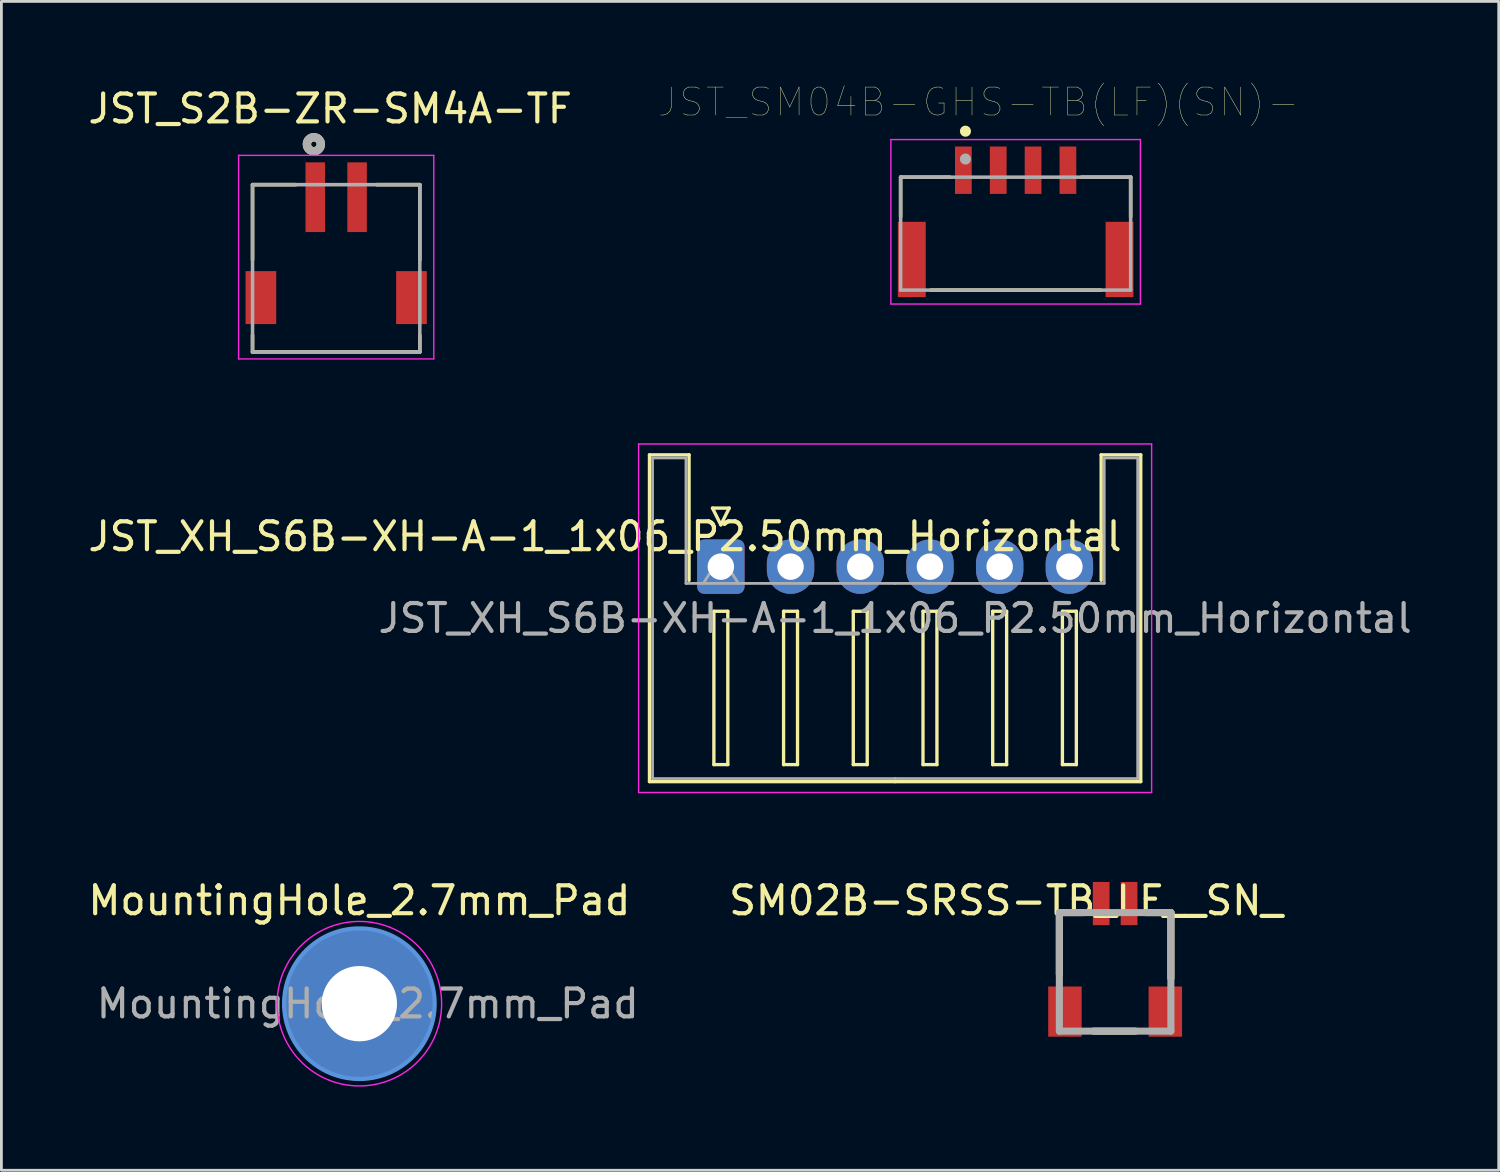
<source format=kicad_pcb>
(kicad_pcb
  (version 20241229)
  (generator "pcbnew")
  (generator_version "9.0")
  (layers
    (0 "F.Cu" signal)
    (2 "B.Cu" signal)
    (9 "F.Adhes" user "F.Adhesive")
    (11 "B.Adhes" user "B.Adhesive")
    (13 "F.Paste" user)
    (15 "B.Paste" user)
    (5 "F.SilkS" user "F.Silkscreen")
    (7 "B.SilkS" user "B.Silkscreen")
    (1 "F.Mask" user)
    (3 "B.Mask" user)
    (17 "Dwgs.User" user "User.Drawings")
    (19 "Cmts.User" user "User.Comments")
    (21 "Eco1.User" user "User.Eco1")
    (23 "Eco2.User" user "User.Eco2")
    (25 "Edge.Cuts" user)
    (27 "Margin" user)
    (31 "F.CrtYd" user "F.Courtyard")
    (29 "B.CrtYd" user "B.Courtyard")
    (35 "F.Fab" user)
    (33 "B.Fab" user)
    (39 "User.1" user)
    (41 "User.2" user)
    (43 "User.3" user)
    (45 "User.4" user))
  (footprint "MountingHole_2.7mm_Pad"
    (layer "F.Cu")
    (at 9.839 32.947)
    (property "Reference" "MountingHole_2.7mm_Pad" (at 0 -3.7 0) (layer "F.SilkS") (effects (font (size 1 1) (thickness 0.15))))
    (attr exclude_from_pos_files exclude_from_bom)
    (fp_circle (center 0 0) (end 2.7 0) (stroke (width 0.15) (type solid)) (fill no) (layer "Cmts.User"))
    (fp_circle (center 0 0) (end 2.95 0) (stroke (width 0.05) (type solid)) (fill no) (layer "F.CrtYd"))
    (fp_text user "${REFERENCE}" (at 0.3 0 0) (layer "F.Fab") (effects (font (size 1 1) (thickness 0.15))))
    (pad "1" thru_hole circle (at 0 0) (size 5.5 5.5) (drill 2.7) (layers "*.Cu" "*.Mask")))
  (footprint "JST_SM04B-GHS-TB(LF)(SN)-"
    (layer "F.Cu")
    (at 33.376 5.33)
    (property "Reference" "JST_SM04B-GHS-TB(LF)(SN)-" (at -1.327 -4.718 0) (layer "F.SilkS") (effects (font (size 1.002 1.002) (thickness 0.015))))
    (attr through_hole)
    (fp_line (start -4.125 -2.025) (end -2.36 -2.025) (stroke (width 0.127) (type solid)) (layer "F.SilkS"))
    (fp_line (start -4.125 -0.605) (end -4.125 -2.025) (stroke (width 0.127) (type solid)) (layer "F.SilkS"))
    (fp_line (start -3.04 2.025) (end 3.05 2.025) (stroke (width 0.127) (type solid)) (layer "F.SilkS"))
    (fp_line (start 4.125 -2.025) (end 2.36 -2.025) (stroke (width 0.127) (type solid)) (layer "F.SilkS"))
    (fp_line (start 4.125 -0.595) (end 4.125 -2.025) (stroke (width 0.127) (type solid)) (layer "F.SilkS"))
    (fp_circle (center -1.8 -3.675) (end -1.7 -3.675) (stroke (width 0.2) (type solid)) (fill no) (layer "F.SilkS"))
    (fp_line (start -4.475 -3.375) (end 4.475 -3.375) (stroke (width 0.05) (type solid)) (layer "F.CrtYd"))
    (fp_line (start -4.475 2.525) (end -4.475 -3.375) (stroke (width 0.05) (type solid)) (layer "F.CrtYd"))
    (fp_line (start 4.475 -3.375) (end 4.475 2.525) (stroke (width 0.05) (type solid)) (layer "F.CrtYd"))
    (fp_line (start 4.475 2.525) (end -4.475 2.525) (stroke (width 0.05) (type solid)) (layer "F.CrtYd"))
    (fp_line (start -4.125 -2.025) (end 4.125 -2.025) (stroke (width 0.127) (type solid)) (layer "F.Fab"))
    (fp_line (start -4.125 2.025) (end -4.125 -2.025) (stroke (width 0.127) (type solid)) (layer "F.Fab"))
    (fp_line (start 4.125 -2.025) (end 4.125 2.025) (stroke (width 0.127) (type solid)) (layer "F.Fab"))
    (fp_line (start 4.125 2.025) (end -4.125 2.025) (stroke (width 0.127) (type solid)) (layer "F.Fab"))
    (fp_circle (center -1.8 -2.675) (end -1.7 -2.675) (stroke (width 0.2) (type solid)) (fill no) (layer "F.Fab"))
    (pad "1" smd rect (at -1.875 -2.275) (size 0.6 1.7) (layers "F.Cu" "F.Mask" "F.Paste"))
    (pad "2" smd rect (at -0.625 -2.275) (size 0.6 1.7) (layers "F.Cu" "F.Mask" "F.Paste"))
    (pad "3" smd rect (at 0.625 -2.275) (size 0.6 1.7) (layers "F.Cu" "F.Mask" "F.Paste"))
    (pad "4" smd rect (at 1.875 -2.275) (size 0.6 1.7) (layers "F.Cu" "F.Mask" "F.Paste"))
    (pad "SH1" smd rect (at -3.725 0.925) (size 1 2.7) (layers "F.Cu" "F.Mask" "F.Paste"))
    (pad "SH2" smd rect (at 3.725 0.925) (size 1 2.7) (layers "F.Cu" "F.Mask" "F.Paste")))
  (footprint "JST_S2B-ZR-SM4A-TF"
    (layer "F.Cu")
    (at 9.007 6.173)
    (property "Reference" "JST_S2B-ZR-SM4A-TF" (at -0.215 -5.325 0) (layer "F.SilkS") (effects (font (size 1 1) (thickness 0.15))))
    (attr smd)
    (fp_line (start -3 -2.6) (end -3 0.1) (stroke (width 0.127) (type solid)) (layer "F.SilkS"))
    (fp_line (start -3 2.8) (end -3 3.4) (stroke (width 0.127) (type solid)) (layer "F.SilkS"))
    (fp_line (start -3 3.4) (end 3 3.4) (stroke (width 0.127) (type solid)) (layer "F.SilkS"))
    (fp_line (start -1.45 -2.6) (end -3 -2.6) (stroke (width 0.127) (type solid)) (layer "F.SilkS"))
    (fp_line (start 1.45 -2.6) (end 3 -2.6) (stroke (width 0.127) (type solid)) (layer "F.SilkS"))
    (fp_line (start 3 -2.6) (end 3 0.1) (stroke (width 0.127) (type solid)) (layer "F.SilkS"))
    (fp_line (start 3 3.4) (end 3 2.8) (stroke (width 0.127) (type solid)) (layer "F.SilkS"))
    (fp_circle (center -0.8 -4.05) (end -0.7 -4.05) (stroke (width 0.3) (type solid)) (fill no) (layer "F.SilkS"))
    (fp_line (start -3.5 -3.65) (end 3.5 -3.65) (stroke (width 0.05) (type solid)) (layer "F.CrtYd"))
    (fp_line (start -3.5 3.65) (end -3.5 -3.65) (stroke (width 0.05) (type solid)) (layer "F.CrtYd"))
    (fp_line (start 3.5 -3.65) (end 3.5 3.65) (stroke (width 0.05) (type solid)) (layer "F.CrtYd"))
    (fp_line (start 3.5 3.65) (end -3.5 3.65) (stroke (width 0.05) (type solid)) (layer "F.CrtYd"))
    (fp_line (start -3 -2.6) (end 3 -2.6) (stroke (width 0.127) (type solid)) (layer "F.Fab"))
    (fp_line (start -3 3.4) (end -3 -2.6) (stroke (width 0.127) (type solid)) (layer "F.Fab"))
    (fp_line (start 3 -2.6) (end 3 3.4) (stroke (width 0.127) (type solid)) (layer "F.Fab"))
    (fp_line (start 3 3.4) (end -3 3.4) (stroke (width 0.127) (type solid)) (layer "F.Fab"))
    (fp_circle (center -0.8 -4.05) (end -0.7 -4.05) (stroke (width 0.3) (type solid)) (fill no) (layer "F.Fab"))
    (pad "1" smd rect (at -0.75 -2.15 180) (size 0.7 2.5) (layers "F.Cu" "F.Mask" "F.Paste"))
    (pad "2" smd rect (at 0.75 -2.15 180) (size 0.7 2.5) (layers "F.Cu" "F.Mask" "F.Paste"))
    (pad "S1" smd rect (at -2.7 1.45 180) (size 1.1 1.9) (layers "F.Cu" "F.Mask" "F.Paste"))
    (pad "S2" smd rect (at 2.7 1.45 180) (size 1.1 1.9) (layers "F.Cu" "F.Mask" "F.Paste")))
  (footprint "JST_XH_S6B-XH-A-1_1x06_P2.50mm_Horizontal"
    (layer "F.Cu")
    (at 22.803 17.273)
    (property "Reference" "JST_XH_S6B-XH-A-1_1x06_P2.50mm_Horizontal" (at -4.154 -1.082 0) (layer "F.SilkS") (effects (font (size 1 1) (thickness 0.15))))
    (attr through_hole)
    (fp_line (start -2.56 -4.01) (end -1.14 -4.01) (stroke (width 0.12) (type solid)) (layer "F.SilkS"))
    (fp_line (start -2.56 7.71) (end -2.56 -4.01) (stroke (width 0.12) (type solid)) (layer "F.SilkS"))
    (fp_line (start -1.14 -4.01) (end -1.14 0.49) (stroke (width 0.12) (type solid)) (layer "F.SilkS"))
    (fp_line (start -0.3 -2.1) (end 0.3 -2.1) (stroke (width 0.12) (type solid)) (layer "F.SilkS"))
    (fp_line (start -0.25 1.6) (end -0.25 7.1) (stroke (width 0.12) (type solid)) (layer "F.SilkS"))
    (fp_line (start -0.25 7.1) (end 0.25 7.1) (stroke (width 0.12) (type solid)) (layer "F.SilkS"))
    (fp_line (start 0 -1.5) (end -0.3 -2.1) (stroke (width 0.12) (type solid)) (layer "F.SilkS"))
    (fp_line (start 0.25 1.6) (end -0.25 1.6) (stroke (width 0.12) (type solid)) (layer "F.SilkS"))
    (fp_line (start 0.25 7.1) (end 0.25 1.6) (stroke (width 0.12) (type solid)) (layer "F.SilkS"))
    (fp_line (start 0.3 -2.1) (end 0 -1.5) (stroke (width 0.12) (type solid)) (layer "F.SilkS"))
    (fp_line (start 2.25 1.6) (end 2.25 7.1) (stroke (width 0.12) (type solid)) (layer "F.SilkS"))
    (fp_line (start 2.25 7.1) (end 2.75 7.1) (stroke (width 0.12) (type solid)) (layer "F.SilkS"))
    (fp_line (start 2.75 1.6) (end 2.25 1.6) (stroke (width 0.12) (type solid)) (layer "F.SilkS"))
    (fp_line (start 2.75 7.1) (end 2.75 1.6) (stroke (width 0.12) (type solid)) (layer "F.SilkS"))
    (fp_line (start 4.75 1.6) (end 4.75 7.1) (stroke (width 0.12) (type solid)) (layer "F.SilkS"))
    (fp_line (start 4.75 7.1) (end 5.25 7.1) (stroke (width 0.12) (type solid)) (layer "F.SilkS"))
    (fp_line (start 5.25 1.6) (end 4.75 1.6) (stroke (width 0.12) (type solid)) (layer "F.SilkS"))
    (fp_line (start 5.25 7.1) (end 5.25 1.6) (stroke (width 0.12) (type solid)) (layer "F.SilkS"))
    (fp_line (start 6.25 7.71) (end -2.56 7.71) (stroke (width 0.12) (type solid)) (layer "F.SilkS"))
    (fp_line (start 6.25 7.71) (end 15.06 7.71) (stroke (width 0.12) (type solid)) (layer "F.SilkS"))
    (fp_line (start 7.25 1.6) (end 7.25 7.1) (stroke (width 0.12) (type solid)) (layer "F.SilkS"))
    (fp_line (start 7.25 7.1) (end 7.75 7.1) (stroke (width 0.12) (type solid)) (layer "F.SilkS"))
    (fp_line (start 7.75 1.6) (end 7.25 1.6) (stroke (width 0.12) (type solid)) (layer "F.SilkS"))
    (fp_line (start 7.75 7.1) (end 7.75 1.6) (stroke (width 0.12) (type solid)) (layer "F.SilkS"))
    (fp_line (start 9.75 1.6) (end 9.75 7.1) (stroke (width 0.12) (type solid)) (layer "F.SilkS"))
    (fp_line (start 9.75 7.1) (end 10.25 7.1) (stroke (width 0.12) (type solid)) (layer "F.SilkS"))
    (fp_line (start 10.25 1.6) (end 9.75 1.6) (stroke (width 0.12) (type solid)) (layer "F.SilkS"))
    (fp_line (start 10.25 7.1) (end 10.25 1.6) (stroke (width 0.12) (type solid)) (layer "F.SilkS"))
    (fp_line (start 12.25 1.6) (end 12.25 7.1) (stroke (width 0.12) (type solid)) (layer "F.SilkS"))
    (fp_line (start 12.25 7.1) (end 12.75 7.1) (stroke (width 0.12) (type solid)) (layer "F.SilkS"))
    (fp_line (start 12.75 1.6) (end 12.25 1.6) (stroke (width 0.12) (type solid)) (layer "F.SilkS"))
    (fp_line (start 12.75 7.1) (end 12.75 1.6) (stroke (width 0.12) (type solid)) (layer "F.SilkS"))
    (fp_line (start 13.64 -4.01) (end 13.64 0.49) (stroke (width 0.12) (type solid)) (layer "F.SilkS"))
    (fp_line (start 15.06 -4.01) (end 13.64 -4.01) (stroke (width 0.12) (type solid)) (layer "F.SilkS"))
    (fp_line (start 15.06 7.71) (end 15.06 -4.01) (stroke (width 0.12) (type solid)) (layer "F.SilkS"))
    (fp_line (start -2.95 -4.4) (end -2.95 8.1) (stroke (width 0.05) (type solid)) (layer "F.CrtYd"))
    (fp_line (start -2.95 8.1) (end 15.45 8.1) (stroke (width 0.05) (type solid)) (layer "F.CrtYd"))
    (fp_line (start 15.45 -4.4) (end -2.95 -4.4) (stroke (width 0.05) (type solid)) (layer "F.CrtYd"))
    (fp_line (start 15.45 8.1) (end 15.45 -4.4) (stroke (width 0.05) (type solid)) (layer "F.CrtYd"))
    (fp_line (start -2.45 -3.9) (end -1.25 -3.9) (stroke (width 0.1) (type solid)) (layer "F.Fab"))
    (fp_line (start -2.45 7.6) (end -2.45 -3.9) (stroke (width 0.1) (type solid)) (layer "F.Fab"))
    (fp_line (start -1.25 -3.9) (end -1.25 0.6) (stroke (width 0.1) (type solid)) (layer "F.Fab"))
    (fp_line (start -1.25 0.6) (end 6.25 0.6) (stroke (width 0.1) (type solid)) (layer "F.Fab"))
    (fp_line (start -0.625 0.6) (end 0 -0.4) (stroke (width 0.1) (type solid)) (layer "F.Fab"))
    (fp_line (start 0 -0.4) (end 0.625 0.6) (stroke (width 0.1) (type solid)) (layer "F.Fab"))
    (fp_line (start 6.25 7.6) (end -2.45 7.6) (stroke (width 0.1) (type solid)) (layer "F.Fab"))
    (fp_line (start 6.25 7.6) (end 14.95 7.6) (stroke (width 0.1) (type solid)) (layer "F.Fab"))
    (fp_line (start 13.75 -3.9) (end 13.75 0.6) (stroke (width 0.1) (type solid)) (layer "F.Fab"))
    (fp_line (start 13.75 0.6) (end 6.25 0.6) (stroke (width 0.1) (type solid)) (layer "F.Fab"))
    (fp_line (start 14.95 -3.9) (end 13.75 -3.9) (stroke (width 0.1) (type solid)) (layer "F.Fab"))
    (fp_line (start 14.95 7.6) (end 14.95 -3.9) (stroke (width 0.1) (type solid)) (layer "F.Fab"))
    (fp_text user "${REFERENCE}" (at 6.25 1.85 0) (layer "F.Fab") (effects (font (size 1 1) (thickness 0.15))))
    (pad "1" thru_hole roundrect (at 0 0) (size 1.7 1.95) (drill 0.95) (layers "*.Cu" "*.Mask") (roundrect_rratio 0.147))
    (pad "2" thru_hole oval (at 2.5 0) (size 1.7 1.95) (drill 0.95) (layers "*.Cu" "*.Mask"))
    (pad "3" thru_hole oval (at 5 0) (size 1.7 1.95) (drill 0.95) (layers "*.Cu" "*.Mask"))
    (pad "4" thru_hole oval (at 7.5 0) (size 1.7 1.95) (drill 0.95) (layers "*.Cu" "*.Mask"))
    (pad "5" thru_hole oval (at 10 0) (size 1.7 1.95) (drill 0.95) (layers "*.Cu" "*.Mask"))
    (pad "6" thru_hole oval (at 12.5 0) (size 1.7 1.95) (drill 0.95) (layers "*.Cu" "*.Mask")))
  (footprint "SM02B-SRSS-TB_LF__SN_"
    (layer "F.Cu")
    (at 36.944 31.331)
    (property "Reference" "SM02B-SRSS-TB_LF__SN_" (at -3.912 -2.083 0) (layer "F.SilkS") (effects (font (size 1.002 1.002) (thickness 0.15))))
    (attr smd)
    (fp_line (start -2 -1.65) (end -2 0.563) (stroke (width 0.254) (type solid)) (layer "F.SilkS"))
    (fp_line (start -2 -1.65) (end -1.145 -1.65) (stroke (width 0.254) (type solid)) (layer "F.SilkS"))
    (fp_line (start -0.767 2.6) (end 0.722 2.6) (stroke (width 0.254) (type solid)) (layer "F.SilkS"))
    (fp_line (start 2 -1.65) (end 1.1 -1.65) (stroke (width 0.254) (type solid)) (layer "F.SilkS"))
    (fp_line (start 2 -1.65) (end 2 0.697) (stroke (width 0.254) (type solid)) (layer "F.SilkS"))
    (fp_line (start -2 -1.65) (end 2 -1.65) (stroke (width 0.254) (type solid)) (layer "F.Fab"))
    (fp_line (start -2 2.6) (end -2 -1.65) (stroke (width 0.254) (type solid)) (layer "F.Fab"))
    (fp_line (start 2 -1.65) (end 2 2.6) (stroke (width 0.254) (type solid)) (layer "F.Fab"))
    (fp_line (start 2 2.6) (end -2 2.6) (stroke (width 0.254) (type solid)) (layer "F.Fab"))
    (pad "1" smd rect (at -0.5 -1.975 90) (size 1.55 0.6) (layers "F.Cu" "F.Mask" "F.Paste"))
    (pad "2" smd rect (at 0.5 -1.975 90) (size 1.55 0.6) (layers "F.Cu" "F.Mask" "F.Paste"))
    (pad "3" smd rect (at -1.8 1.9 90) (size 1.8 1.2) (layers "F.Cu" "F.Mask" "F.Paste"))
    (pad "4" smd rect (at 1.8 1.9 90) (size 1.8 1.2) (layers "F.Cu" "F.Mask" "F.Paste")))
  (gr_rect
    (start -3 -3)
    (end 50.702 38.922)
    (stroke (width 0.1) (type default))
    (fill no)
    (layer "Edge.Cuts")))
</source>
